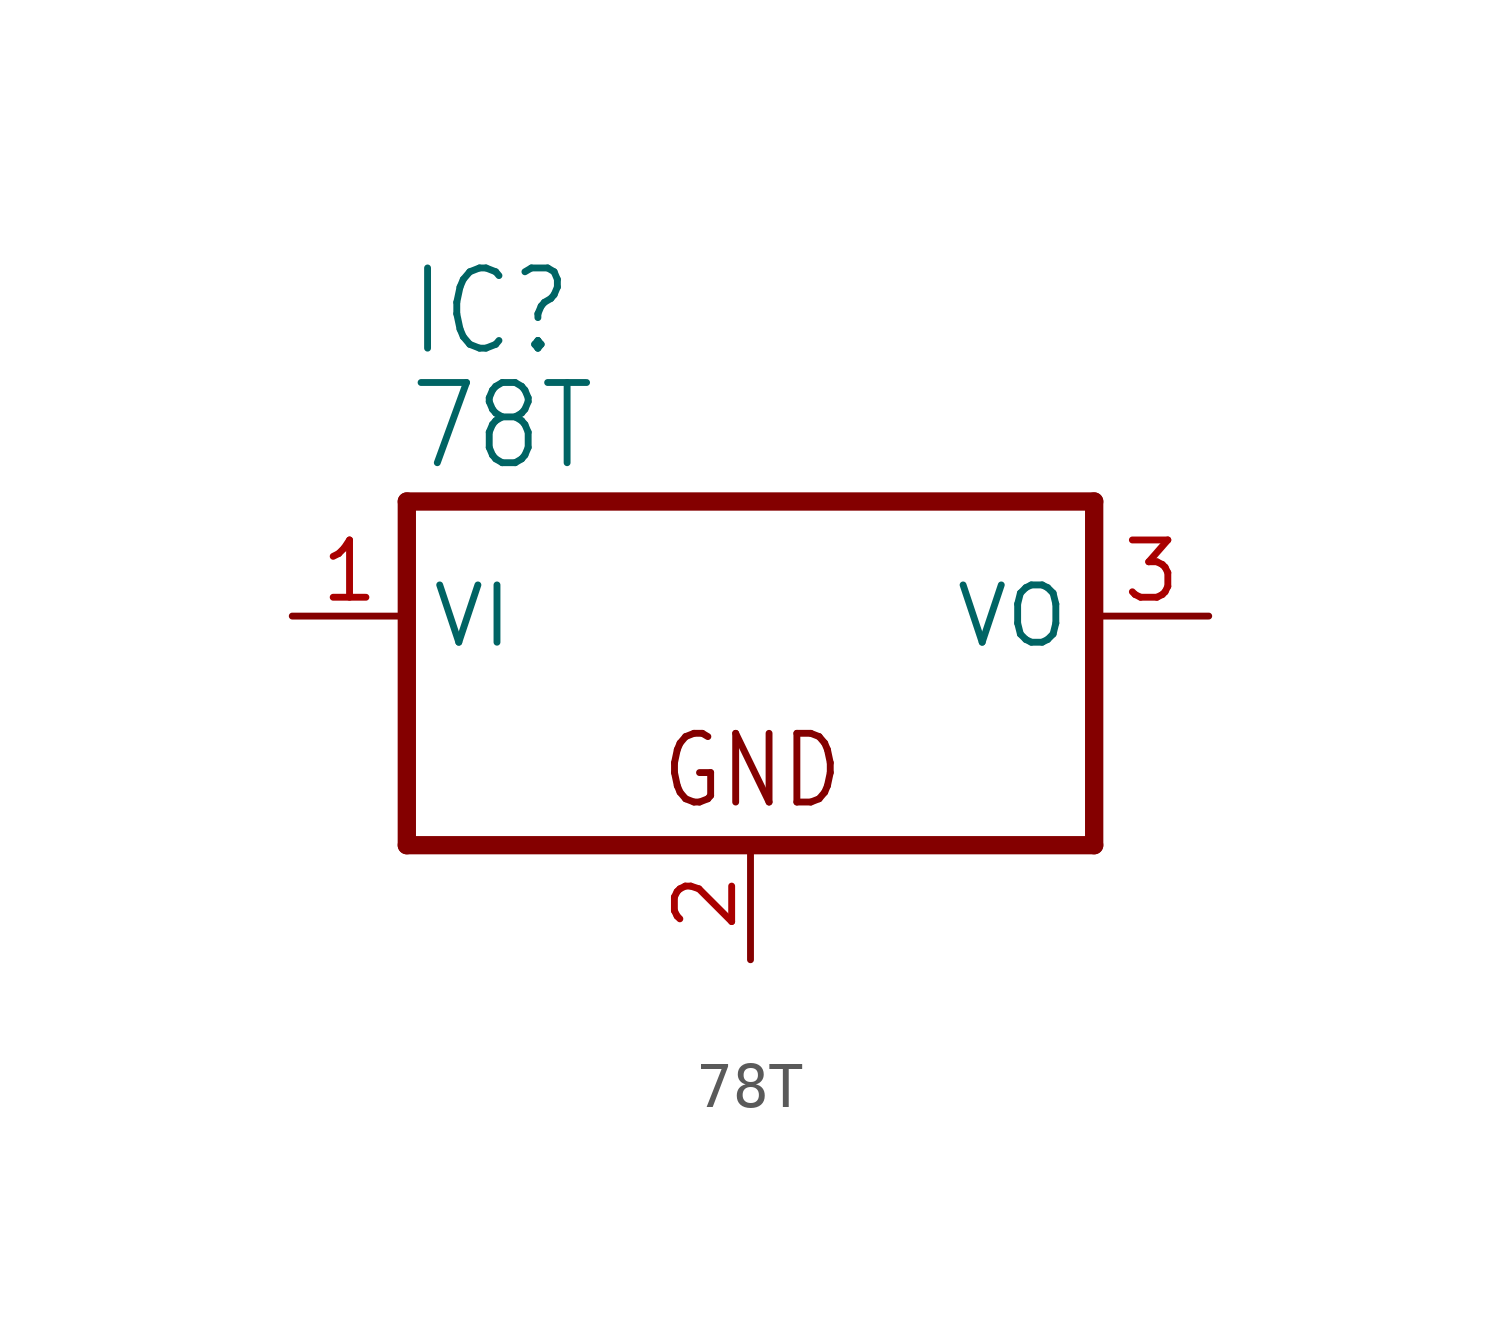
<source format=kicad_sym>
(kicad_symbol_lib
  (version 20211014)
  (generator kicad_symbol_editor)
  (symbol "78T"
    (property "Reference" "IC"
      (at -7.62 5.715 0)
      (effects (font (size 1.778 1.511)) (justify left bottom)))
    (property "Value" "78T"
      (at -7.62 3.175 0)
      (effects (font (size 1.778 1.511)) (justify left bottom)))
    (property "ki_locked" ""
      (at 0 0 0)
      (effects (font (size 1.27 1.27))))
    (symbol "78T_1_0"
      (polyline (pts (xy -7.62 -5.08) (xy 7.62 -5.08)) (stroke (width 0.406) (type default) (color 0 0 0 0)) (fill (type none)))
      (polyline (pts (xy -7.62 2.54) (xy -7.62 -5.08)) (stroke (width 0.406) (type default) (color 0 0 0 0)) (fill (type none)))
      (polyline (pts (xy 7.62 -5.08) (xy 7.62 2.54)) (stroke (width 0.406) (type default) (color 0 0 0 0)) (fill (type none)))
      (polyline (pts (xy 7.62 2.54) (xy -7.62 2.54)) (stroke (width 0.406) (type default) (color 0 0 0 0)) (fill (type none)))
      (text "GND" (at -2.032 -4.318 0) (effects (font (size 1.524 1.295)) (justify left bottom)))
      (pin input line (at -10.16 0 0) (length 2.54) (name "VI" (effects (font (size 1.27 1.27)))) (number "1" (effects (font (size 1.27 1.27)))))
      (pin passive line (at 0 -7.62 90) (length 2.54) (name "GND" (effects (font (size 0 0)))) (number "2" (effects (font (size 1.27 1.27)))))
      (pin passive line (at 10.16 0 180) (length 2.54) (name "VO" (effects (font (size 1.27 1.27)))) (number "3" (effects (font (size 1.27 1.27))))))))
</source>
